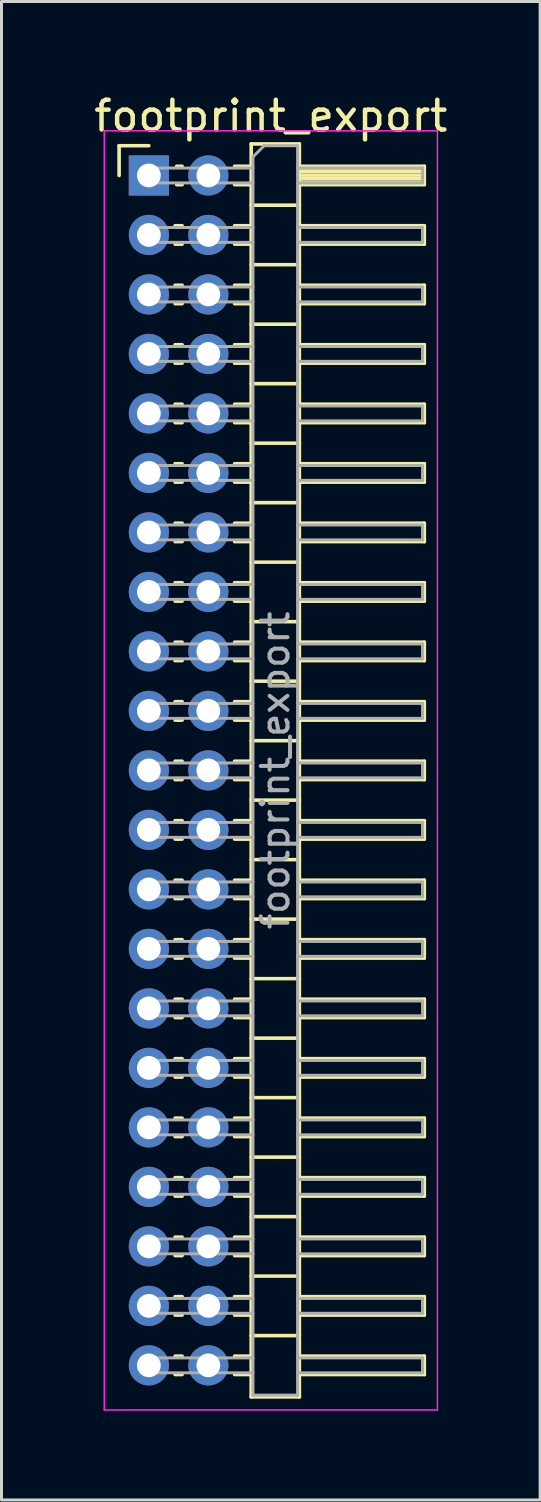
<source format=kicad_pcb>
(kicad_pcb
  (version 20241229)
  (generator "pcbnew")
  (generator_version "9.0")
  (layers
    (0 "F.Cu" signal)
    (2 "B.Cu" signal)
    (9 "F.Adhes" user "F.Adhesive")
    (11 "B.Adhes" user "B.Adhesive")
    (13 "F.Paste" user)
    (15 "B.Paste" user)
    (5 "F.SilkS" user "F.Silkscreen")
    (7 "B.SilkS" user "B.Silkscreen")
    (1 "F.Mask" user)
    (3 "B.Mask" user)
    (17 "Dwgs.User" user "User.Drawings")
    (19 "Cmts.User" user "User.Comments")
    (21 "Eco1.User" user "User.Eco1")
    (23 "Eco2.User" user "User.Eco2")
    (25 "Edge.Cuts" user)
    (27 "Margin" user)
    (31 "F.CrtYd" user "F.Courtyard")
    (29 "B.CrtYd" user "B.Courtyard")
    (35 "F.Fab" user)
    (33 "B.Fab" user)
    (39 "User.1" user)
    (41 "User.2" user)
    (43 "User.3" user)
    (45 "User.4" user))
  (footprint "footprint_export"
    (layer "F.Cu")
    (at 1.954 2.848)
    (property "Reference" "footprint_export" (at 4.1 -2 0) (layer "F.SilkS") (effects (font (size 1 1) (thickness 0.15))))
    (attr through_hole)
    (fp_line (start -1 -1) (end 0 -1) (stroke (width 0.12) (type solid)) (layer "F.SilkS"))
    (fp_line (start -1 0) (end -1 -1) (stroke (width 0.12) (type solid)) (layer "F.SilkS"))
    (fp_line (start 0.882 1.69) (end 1.118 1.69) (stroke (width 0.12) (type solid)) (layer "F.SilkS"))
    (fp_line (start 0.882 2.31) (end 1.118 2.31) (stroke (width 0.12) (type solid)) (layer "F.SilkS"))
    (fp_line (start 0.882 3.69) (end 1.118 3.69) (stroke (width 0.12) (type solid)) (layer "F.SilkS"))
    (fp_line (start 0.882 4.31) (end 1.118 4.31) (stroke (width 0.12) (type solid)) (layer "F.SilkS"))
    (fp_line (start 0.882 5.69) (end 1.118 5.69) (stroke (width 0.12) (type solid)) (layer "F.SilkS"))
    (fp_line (start 0.882 6.31) (end 1.118 6.31) (stroke (width 0.12) (type solid)) (layer "F.SilkS"))
    (fp_line (start 0.882 7.69) (end 1.118 7.69) (stroke (width 0.12) (type solid)) (layer "F.SilkS"))
    (fp_line (start 0.882 8.31) (end 1.118 8.31) (stroke (width 0.12) (type solid)) (layer "F.SilkS"))
    (fp_line (start 0.882 9.69) (end 1.118 9.69) (stroke (width 0.12) (type solid)) (layer "F.SilkS"))
    (fp_line (start 0.882 10.31) (end 1.118 10.31) (stroke (width 0.12) (type solid)) (layer "F.SilkS"))
    (fp_line (start 0.882 11.69) (end 1.118 11.69) (stroke (width 0.12) (type solid)) (layer "F.SilkS"))
    (fp_line (start 0.882 12.31) (end 1.118 12.31) (stroke (width 0.12) (type solid)) (layer "F.SilkS"))
    (fp_line (start 0.882 13.69) (end 1.118 13.69) (stroke (width 0.12) (type solid)) (layer "F.SilkS"))
    (fp_line (start 0.882 14.31) (end 1.118 14.31) (stroke (width 0.12) (type solid)) (layer "F.SilkS"))
    (fp_line (start 0.882 15.69) (end 1.118 15.69) (stroke (width 0.12) (type solid)) (layer "F.SilkS"))
    (fp_line (start 0.882 16.31) (end 1.118 16.31) (stroke (width 0.12) (type solid)) (layer "F.SilkS"))
    (fp_line (start 0.882 17.69) (end 1.118 17.69) (stroke (width 0.12) (type solid)) (layer "F.SilkS"))
    (fp_line (start 0.882 18.31) (end 1.118 18.31) (stroke (width 0.12) (type solid)) (layer "F.SilkS"))
    (fp_line (start 0.882 19.69) (end 1.118 19.69) (stroke (width 0.12) (type solid)) (layer "F.SilkS"))
    (fp_line (start 0.882 20.31) (end 1.118 20.31) (stroke (width 0.12) (type solid)) (layer "F.SilkS"))
    (fp_line (start 0.882 21.69) (end 1.118 21.69) (stroke (width 0.12) (type solid)) (layer "F.SilkS"))
    (fp_line (start 0.882 22.31) (end 1.118 22.31) (stroke (width 0.12) (type solid)) (layer "F.SilkS"))
    (fp_line (start 0.882 23.69) (end 1.118 23.69) (stroke (width 0.12) (type solid)) (layer "F.SilkS"))
    (fp_line (start 0.882 24.31) (end 1.118 24.31) (stroke (width 0.12) (type solid)) (layer "F.SilkS"))
    (fp_line (start 0.882 25.69) (end 1.118 25.69) (stroke (width 0.12) (type solid)) (layer "F.SilkS"))
    (fp_line (start 0.882 26.31) (end 1.118 26.31) (stroke (width 0.12) (type solid)) (layer "F.SilkS"))
    (fp_line (start 0.882 27.69) (end 1.118 27.69) (stroke (width 0.12) (type solid)) (layer "F.SilkS"))
    (fp_line (start 0.882 28.31) (end 1.118 28.31) (stroke (width 0.12) (type solid)) (layer "F.SilkS"))
    (fp_line (start 0.882 29.69) (end 1.118 29.69) (stroke (width 0.12) (type solid)) (layer "F.SilkS"))
    (fp_line (start 0.882 30.31) (end 1.118 30.31) (stroke (width 0.12) (type solid)) (layer "F.SilkS"))
    (fp_line (start 0.882 31.69) (end 1.118 31.69) (stroke (width 0.12) (type solid)) (layer "F.SilkS"))
    (fp_line (start 0.882 32.31) (end 1.118 32.31) (stroke (width 0.12) (type solid)) (layer "F.SilkS"))
    (fp_line (start 0.882 33.69) (end 1.118 33.69) (stroke (width 0.12) (type solid)) (layer "F.SilkS"))
    (fp_line (start 0.882 34.31) (end 1.118 34.31) (stroke (width 0.12) (type solid)) (layer "F.SilkS"))
    (fp_line (start 0.882 35.69) (end 1.118 35.69) (stroke (width 0.12) (type solid)) (layer "F.SilkS"))
    (fp_line (start 0.882 36.31) (end 1.118 36.31) (stroke (width 0.12) (type solid)) (layer "F.SilkS"))
    (fp_line (start 0.882 37.69) (end 1.118 37.69) (stroke (width 0.12) (type solid)) (layer "F.SilkS"))
    (fp_line (start 0.882 38.31) (end 1.118 38.31) (stroke (width 0.12) (type solid)) (layer "F.SilkS"))
    (fp_line (start 0.882 39.69) (end 1.118 39.69) (stroke (width 0.12) (type solid)) (layer "F.SilkS"))
    (fp_line (start 0.882 40.31) (end 1.118 40.31) (stroke (width 0.12) (type solid)) (layer "F.SilkS"))
    (fp_line (start 0.935 -0.31) (end 1.118 -0.31) (stroke (width 0.12) (type solid)) (layer "F.SilkS"))
    (fp_line (start 0.935 0.31) (end 1.118 0.31) (stroke (width 0.12) (type solid)) (layer "F.SilkS"))
    (fp_line (start 2.882 -0.31) (end 3.44 -0.31) (stroke (width 0.12) (type solid)) (layer "F.SilkS"))
    (fp_line (start 2.882 0.31) (end 3.44 0.31) (stroke (width 0.12) (type solid)) (layer "F.SilkS"))
    (fp_line (start 2.882 1.69) (end 3.44 1.69) (stroke (width 0.12) (type solid)) (layer "F.SilkS"))
    (fp_line (start 2.882 2.31) (end 3.44 2.31) (stroke (width 0.12) (type solid)) (layer "F.SilkS"))
    (fp_line (start 2.882 3.69) (end 3.44 3.69) (stroke (width 0.12) (type solid)) (layer "F.SilkS"))
    (fp_line (start 2.882 4.31) (end 3.44 4.31) (stroke (width 0.12) (type solid)) (layer "F.SilkS"))
    (fp_line (start 2.882 5.69) (end 3.44 5.69) (stroke (width 0.12) (type solid)) (layer "F.SilkS"))
    (fp_line (start 2.882 6.31) (end 3.44 6.31) (stroke (width 0.12) (type solid)) (layer "F.SilkS"))
    (fp_line (start 2.882 7.69) (end 3.44 7.69) (stroke (width 0.12) (type solid)) (layer "F.SilkS"))
    (fp_line (start 2.882 8.31) (end 3.44 8.31) (stroke (width 0.12) (type solid)) (layer "F.SilkS"))
    (fp_line (start 2.882 9.69) (end 3.44 9.69) (stroke (width 0.12) (type solid)) (layer "F.SilkS"))
    (fp_line (start 2.882 10.31) (end 3.44 10.31) (stroke (width 0.12) (type solid)) (layer "F.SilkS"))
    (fp_line (start 2.882 11.69) (end 3.44 11.69) (stroke (width 0.12) (type solid)) (layer "F.SilkS"))
    (fp_line (start 2.882 12.31) (end 3.44 12.31) (stroke (width 0.12) (type solid)) (layer "F.SilkS"))
    (fp_line (start 2.882 13.69) (end 3.44 13.69) (stroke (width 0.12) (type solid)) (layer "F.SilkS"))
    (fp_line (start 2.882 14.31) (end 3.44 14.31) (stroke (width 0.12) (type solid)) (layer "F.SilkS"))
    (fp_line (start 2.882 15.69) (end 3.44 15.69) (stroke (width 0.12) (type solid)) (layer "F.SilkS"))
    (fp_line (start 2.882 16.31) (end 3.44 16.31) (stroke (width 0.12) (type solid)) (layer "F.SilkS"))
    (fp_line (start 2.882 17.69) (end 3.44 17.69) (stroke (width 0.12) (type solid)) (layer "F.SilkS"))
    (fp_line (start 2.882 18.31) (end 3.44 18.31) (stroke (width 0.12) (type solid)) (layer "F.SilkS"))
    (fp_line (start 2.882 19.69) (end 3.44 19.69) (stroke (width 0.12) (type solid)) (layer "F.SilkS"))
    (fp_line (start 2.882 20.31) (end 3.44 20.31) (stroke (width 0.12) (type solid)) (layer "F.SilkS"))
    (fp_line (start 2.882 21.69) (end 3.44 21.69) (stroke (width 0.12) (type solid)) (layer "F.SilkS"))
    (fp_line (start 2.882 22.31) (end 3.44 22.31) (stroke (width 0.12) (type solid)) (layer "F.SilkS"))
    (fp_line (start 2.882 23.69) (end 3.44 23.69) (stroke (width 0.12) (type solid)) (layer "F.SilkS"))
    (fp_line (start 2.882 24.31) (end 3.44 24.31) (stroke (width 0.12) (type solid)) (layer "F.SilkS"))
    (fp_line (start 2.882 25.69) (end 3.44 25.69) (stroke (width 0.12) (type solid)) (layer "F.SilkS"))
    (fp_line (start 2.882 26.31) (end 3.44 26.31) (stroke (width 0.12) (type solid)) (layer "F.SilkS"))
    (fp_line (start 2.882 27.69) (end 3.44 27.69) (stroke (width 0.12) (type solid)) (layer "F.SilkS"))
    (fp_line (start 2.882 28.31) (end 3.44 28.31) (stroke (width 0.12) (type solid)) (layer "F.SilkS"))
    (fp_line (start 2.882 29.69) (end 3.44 29.69) (stroke (width 0.12) (type solid)) (layer "F.SilkS"))
    (fp_line (start 2.882 30.31) (end 3.44 30.31) (stroke (width 0.12) (type solid)) (layer "F.SilkS"))
    (fp_line (start 2.882 31.69) (end 3.44 31.69) (stroke (width 0.12) (type solid)) (layer "F.SilkS"))
    (fp_line (start 2.882 32.31) (end 3.44 32.31) (stroke (width 0.12) (type solid)) (layer "F.SilkS"))
    (fp_line (start 2.882 33.69) (end 3.44 33.69) (stroke (width 0.12) (type solid)) (layer "F.SilkS"))
    (fp_line (start 2.882 34.31) (end 3.44 34.31) (stroke (width 0.12) (type solid)) (layer "F.SilkS"))
    (fp_line (start 2.882 35.69) (end 3.44 35.69) (stroke (width 0.12) (type solid)) (layer "F.SilkS"))
    (fp_line (start 2.882 36.31) (end 3.44 36.31) (stroke (width 0.12) (type solid)) (layer "F.SilkS"))
    (fp_line (start 2.882 37.69) (end 3.44 37.69) (stroke (width 0.12) (type solid)) (layer "F.SilkS"))
    (fp_line (start 2.882 38.31) (end 3.44 38.31) (stroke (width 0.12) (type solid)) (layer "F.SilkS"))
    (fp_line (start 2.882 39.69) (end 3.44 39.69) (stroke (width 0.12) (type solid)) (layer "F.SilkS"))
    (fp_line (start 2.882 40.31) (end 3.44 40.31) (stroke (width 0.12) (type solid)) (layer "F.SilkS"))
    (fp_line (start 3.44 -1.06) (end 3.44 41.06) (stroke (width 0.12) (type solid)) (layer "F.SilkS"))
    (fp_line (start 3.44 1) (end 5.06 1) (stroke (width 0.12) (type solid)) (layer "F.SilkS"))
    (fp_line (start 3.44 3) (end 5.06 3) (stroke (width 0.12) (type solid)) (layer "F.SilkS"))
    (fp_line (start 3.44 5) (end 5.06 5) (stroke (width 0.12) (type solid)) (layer "F.SilkS"))
    (fp_line (start 3.44 7) (end 5.06 7) (stroke (width 0.12) (type solid)) (layer "F.SilkS"))
    (fp_line (start 3.44 9) (end 5.06 9) (stroke (width 0.12) (type solid)) (layer "F.SilkS"))
    (fp_line (start 3.44 11) (end 5.06 11) (stroke (width 0.12) (type solid)) (layer "F.SilkS"))
    (fp_line (start 3.44 13) (end 5.06 13) (stroke (width 0.12) (type solid)) (layer "F.SilkS"))
    (fp_line (start 3.44 15) (end 5.06 15) (stroke (width 0.12) (type solid)) (layer "F.SilkS"))
    (fp_line (start 3.44 17) (end 5.06 17) (stroke (width 0.12) (type solid)) (layer "F.SilkS"))
    (fp_line (start 3.44 19) (end 5.06 19) (stroke (width 0.12) (type solid)) (layer "F.SilkS"))
    (fp_line (start 3.44 21) (end 5.06 21) (stroke (width 0.12) (type solid)) (layer "F.SilkS"))
    (fp_line (start 3.44 23) (end 5.06 23) (stroke (width 0.12) (type solid)) (layer "F.SilkS"))
    (fp_line (start 3.44 25) (end 5.06 25) (stroke (width 0.12) (type solid)) (layer "F.SilkS"))
    (fp_line (start 3.44 27) (end 5.06 27) (stroke (width 0.12) (type solid)) (layer "F.SilkS"))
    (fp_line (start 3.44 29) (end 5.06 29) (stroke (width 0.12) (type solid)) (layer "F.SilkS"))
    (fp_line (start 3.44 31) (end 5.06 31) (stroke (width 0.12) (type solid)) (layer "F.SilkS"))
    (fp_line (start 3.44 33) (end 5.06 33) (stroke (width 0.12) (type solid)) (layer "F.SilkS"))
    (fp_line (start 3.44 35) (end 5.06 35) (stroke (width 0.12) (type solid)) (layer "F.SilkS"))
    (fp_line (start 3.44 37) (end 5.06 37) (stroke (width 0.12) (type solid)) (layer "F.SilkS"))
    (fp_line (start 3.44 39) (end 5.06 39) (stroke (width 0.12) (type solid)) (layer "F.SilkS"))
    (fp_line (start 3.44 41.06) (end 5.06 41.06) (stroke (width 0.12) (type solid)) (layer "F.SilkS"))
    (fp_line (start 5.06 -1.06) (end 3.44 -1.06) (stroke (width 0.12) (type solid)) (layer "F.SilkS"))
    (fp_line (start 5.06 -0.31) (end 9.26 -0.31) (stroke (width 0.12) (type solid)) (layer "F.SilkS"))
    (fp_line (start 5.06 -0.25) (end 9.26 -0.25) (stroke (width 0.12) (type solid)) (layer "F.SilkS"))
    (fp_line (start 5.06 -0.13) (end 9.26 -0.13) (stroke (width 0.12) (type solid)) (layer "F.SilkS"))
    (fp_line (start 5.06 -0.01) (end 9.26 -0.01) (stroke (width 0.12) (type solid)) (layer "F.SilkS"))
    (fp_line (start 5.06 0.11) (end 9.26 0.11) (stroke (width 0.12) (type solid)) (layer "F.SilkS"))
    (fp_line (start 5.06 0.23) (end 9.26 0.23) (stroke (width 0.12) (type solid)) (layer "F.SilkS"))
    (fp_line (start 5.06 1.69) (end 9.26 1.69) (stroke (width 0.12) (type solid)) (layer "F.SilkS"))
    (fp_line (start 5.06 3.69) (end 9.26 3.69) (stroke (width 0.12) (type solid)) (layer "F.SilkS"))
    (fp_line (start 5.06 5.69) (end 9.26 5.69) (stroke (width 0.12) (type solid)) (layer "F.SilkS"))
    (fp_line (start 5.06 7.69) (end 9.26 7.69) (stroke (width 0.12) (type solid)) (layer "F.SilkS"))
    (fp_line (start 5.06 9.69) (end 9.26 9.69) (stroke (width 0.12) (type solid)) (layer "F.SilkS"))
    (fp_line (start 5.06 11.69) (end 9.26 11.69) (stroke (width 0.12) (type solid)) (layer "F.SilkS"))
    (fp_line (start 5.06 13.69) (end 9.26 13.69) (stroke (width 0.12) (type solid)) (layer "F.SilkS"))
    (fp_line (start 5.06 15.69) (end 9.26 15.69) (stroke (width 0.12) (type solid)) (layer "F.SilkS"))
    (fp_line (start 5.06 17.69) (end 9.26 17.69) (stroke (width 0.12) (type solid)) (layer "F.SilkS"))
    (fp_line (start 5.06 19.69) (end 9.26 19.69) (stroke (width 0.12) (type solid)) (layer "F.SilkS"))
    (fp_line (start 5.06 21.69) (end 9.26 21.69) (stroke (width 0.12) (type solid)) (layer "F.SilkS"))
    (fp_line (start 5.06 23.69) (end 9.26 23.69) (stroke (width 0.12) (type solid)) (layer "F.SilkS"))
    (fp_line (start 5.06 25.69) (end 9.26 25.69) (stroke (width 0.12) (type solid)) (layer "F.SilkS"))
    (fp_line (start 5.06 27.69) (end 9.26 27.69) (stroke (width 0.12) (type solid)) (layer "F.SilkS"))
    (fp_line (start 5.06 29.69) (end 9.26 29.69) (stroke (width 0.12) (type solid)) (layer "F.SilkS"))
    (fp_line (start 5.06 31.69) (end 9.26 31.69) (stroke (width 0.12) (type solid)) (layer "F.SilkS"))
    (fp_line (start 5.06 33.69) (end 9.26 33.69) (stroke (width 0.12) (type solid)) (layer "F.SilkS"))
    (fp_line (start 5.06 35.69) (end 9.26 35.69) (stroke (width 0.12) (type solid)) (layer "F.SilkS"))
    (fp_line (start 5.06 37.69) (end 9.26 37.69) (stroke (width 0.12) (type solid)) (layer "F.SilkS"))
    (fp_line (start 5.06 39.69) (end 9.26 39.69) (stroke (width 0.12) (type solid)) (layer "F.SilkS"))
    (fp_line (start 5.06 41.06) (end 5.06 -1.06) (stroke (width 0.12) (type solid)) (layer "F.SilkS"))
    (fp_line (start 9.26 -0.31) (end 9.26 0.31) (stroke (width 0.12) (type solid)) (layer "F.SilkS"))
    (fp_line (start 9.26 0.31) (end 5.06 0.31) (stroke (width 0.12) (type solid)) (layer "F.SilkS"))
    (fp_line (start 9.26 1.69) (end 9.26 2.31) (stroke (width 0.12) (type solid)) (layer "F.SilkS"))
    (fp_line (start 9.26 2.31) (end 5.06 2.31) (stroke (width 0.12) (type solid)) (layer "F.SilkS"))
    (fp_line (start 9.26 3.69) (end 9.26 4.31) (stroke (width 0.12) (type solid)) (layer "F.SilkS"))
    (fp_line (start 9.26 4.31) (end 5.06 4.31) (stroke (width 0.12) (type solid)) (layer "F.SilkS"))
    (fp_line (start 9.26 5.69) (end 9.26 6.31) (stroke (width 0.12) (type solid)) (layer "F.SilkS"))
    (fp_line (start 9.26 6.31) (end 5.06 6.31) (stroke (width 0.12) (type solid)) (layer "F.SilkS"))
    (fp_line (start 9.26 7.69) (end 9.26 8.31) (stroke (width 0.12) (type solid)) (layer "F.SilkS"))
    (fp_line (start 9.26 8.31) (end 5.06 8.31) (stroke (width 0.12) (type solid)) (layer "F.SilkS"))
    (fp_line (start 9.26 9.69) (end 9.26 10.31) (stroke (width 0.12) (type solid)) (layer "F.SilkS"))
    (fp_line (start 9.26 10.31) (end 5.06 10.31) (stroke (width 0.12) (type solid)) (layer "F.SilkS"))
    (fp_line (start 9.26 11.69) (end 9.26 12.31) (stroke (width 0.12) (type solid)) (layer "F.SilkS"))
    (fp_line (start 9.26 12.31) (end 5.06 12.31) (stroke (width 0.12) (type solid)) (layer "F.SilkS"))
    (fp_line (start 9.26 13.69) (end 9.26 14.31) (stroke (width 0.12) (type solid)) (layer "F.SilkS"))
    (fp_line (start 9.26 14.31) (end 5.06 14.31) (stroke (width 0.12) (type solid)) (layer "F.SilkS"))
    (fp_line (start 9.26 15.69) (end 9.26 16.31) (stroke (width 0.12) (type solid)) (layer "F.SilkS"))
    (fp_line (start 9.26 16.31) (end 5.06 16.31) (stroke (width 0.12) (type solid)) (layer "F.SilkS"))
    (fp_line (start 9.26 17.69) (end 9.26 18.31) (stroke (width 0.12) (type solid)) (layer "F.SilkS"))
    (fp_line (start 9.26 18.31) (end 5.06 18.31) (stroke (width 0.12) (type solid)) (layer "F.SilkS"))
    (fp_line (start 9.26 19.69) (end 9.26 20.31) (stroke (width 0.12) (type solid)) (layer "F.SilkS"))
    (fp_line (start 9.26 20.31) (end 5.06 20.31) (stroke (width 0.12) (type solid)) (layer "F.SilkS"))
    (fp_line (start 9.26 21.69) (end 9.26 22.31) (stroke (width 0.12) (type solid)) (layer "F.SilkS"))
    (fp_line (start 9.26 22.31) (end 5.06 22.31) (stroke (width 0.12) (type solid)) (layer "F.SilkS"))
    (fp_line (start 9.26 23.69) (end 9.26 24.31) (stroke (width 0.12) (type solid)) (layer "F.SilkS"))
    (fp_line (start 9.26 24.31) (end 5.06 24.31) (stroke (width 0.12) (type solid)) (layer "F.SilkS"))
    (fp_line (start 9.26 25.69) (end 9.26 26.31) (stroke (width 0.12) (type solid)) (layer "F.SilkS"))
    (fp_line (start 9.26 26.31) (end 5.06 26.31) (stroke (width 0.12) (type solid)) (layer "F.SilkS"))
    (fp_line (start 9.26 27.69) (end 9.26 28.31) (stroke (width 0.12) (type solid)) (layer "F.SilkS"))
    (fp_line (start 9.26 28.31) (end 5.06 28.31) (stroke (width 0.12) (type solid)) (layer "F.SilkS"))
    (fp_line (start 9.26 29.69) (end 9.26 30.31) (stroke (width 0.12) (type solid)) (layer "F.SilkS"))
    (fp_line (start 9.26 30.31) (end 5.06 30.31) (stroke (width 0.12) (type solid)) (layer "F.SilkS"))
    (fp_line (start 9.26 31.69) (end 9.26 32.31) (stroke (width 0.12) (type solid)) (layer "F.SilkS"))
    (fp_line (start 9.26 32.31) (end 5.06 32.31) (stroke (width 0.12) (type solid)) (layer "F.SilkS"))
    (fp_line (start 9.26 33.69) (end 9.26 34.31) (stroke (width 0.12) (type solid)) (layer "F.SilkS"))
    (fp_line (start 9.26 34.31) (end 5.06 34.31) (stroke (width 0.12) (type solid)) (layer "F.SilkS"))
    (fp_line (start 9.26 35.69) (end 9.26 36.31) (stroke (width 0.12) (type solid)) (layer "F.SilkS"))
    (fp_line (start 9.26 36.31) (end 5.06 36.31) (stroke (width 0.12) (type solid)) (layer "F.SilkS"))
    (fp_line (start 9.26 37.69) (end 9.26 38.31) (stroke (width 0.12) (type solid)) (layer "F.SilkS"))
    (fp_line (start 9.26 38.31) (end 5.06 38.31) (stroke (width 0.12) (type solid)) (layer "F.SilkS"))
    (fp_line (start 9.26 39.69) (end 9.26 40.31) (stroke (width 0.12) (type solid)) (layer "F.SilkS"))
    (fp_line (start 9.26 40.31) (end 5.06 40.31) (stroke (width 0.12) (type solid)) (layer "F.SilkS"))
    (fp_line (start -1.5 -1.5) (end -1.5 41.5) (stroke (width 0.05) (type solid)) (layer "F.CrtYd"))
    (fp_line (start -1.5 41.5) (end 9.7 41.5) (stroke (width 0.05) (type solid)) (layer "F.CrtYd"))
    (fp_line (start 9.7 -1.5) (end -1.5 -1.5) (stroke (width 0.05) (type solid)) (layer "F.CrtYd"))
    (fp_line (start 9.7 41.5) (end 9.7 -1.5) (stroke (width 0.05) (type solid)) (layer "F.CrtYd"))
    (fp_line (start -0.25 -0.25) (end -0.25 0.25) (stroke (width 0.1) (type solid)) (layer "F.Fab"))
    (fp_line (start -0.25 -0.25) (end 3.5 -0.25) (stroke (width 0.1) (type solid)) (layer "F.Fab"))
    (fp_line (start -0.25 0.25) (end 3.5 0.25) (stroke (width 0.1) (type solid)) (layer "F.Fab"))
    (fp_line (start -0.25 1.75) (end -0.25 2.25) (stroke (width 0.1) (type solid)) (layer "F.Fab"))
    (fp_line (start -0.25 1.75) (end 3.5 1.75) (stroke (width 0.1) (type solid)) (layer "F.Fab"))
    (fp_line (start -0.25 2.25) (end 3.5 2.25) (stroke (width 0.1) (type solid)) (layer "F.Fab"))
    (fp_line (start -0.25 3.75) (end -0.25 4.25) (stroke (width 0.1) (type solid)) (layer "F.Fab"))
    (fp_line (start -0.25 3.75) (end 3.5 3.75) (stroke (width 0.1) (type solid)) (layer "F.Fab"))
    (fp_line (start -0.25 4.25) (end 3.5 4.25) (stroke (width 0.1) (type solid)) (layer "F.Fab"))
    (fp_line (start -0.25 5.75) (end -0.25 6.25) (stroke (width 0.1) (type solid)) (layer "F.Fab"))
    (fp_line (start -0.25 5.75) (end 3.5 5.75) (stroke (width 0.1) (type solid)) (layer "F.Fab"))
    (fp_line (start -0.25 6.25) (end 3.5 6.25) (stroke (width 0.1) (type solid)) (layer "F.Fab"))
    (fp_line (start -0.25 7.75) (end -0.25 8.25) (stroke (width 0.1) (type solid)) (layer "F.Fab"))
    (fp_line (start -0.25 7.75) (end 3.5 7.75) (stroke (width 0.1) (type solid)) (layer "F.Fab"))
    (fp_line (start -0.25 8.25) (end 3.5 8.25) (stroke (width 0.1) (type solid)) (layer "F.Fab"))
    (fp_line (start -0.25 9.75) (end -0.25 10.25) (stroke (width 0.1) (type solid)) (layer "F.Fab"))
    (fp_line (start -0.25 9.75) (end 3.5 9.75) (stroke (width 0.1) (type solid)) (layer "F.Fab"))
    (fp_line (start -0.25 10.25) (end 3.5 10.25) (stroke (width 0.1) (type solid)) (layer "F.Fab"))
    (fp_line (start -0.25 11.75) (end -0.25 12.25) (stroke (width 0.1) (type solid)) (layer "F.Fab"))
    (fp_line (start -0.25 11.75) (end 3.5 11.75) (stroke (width 0.1) (type solid)) (layer "F.Fab"))
    (fp_line (start -0.25 12.25) (end 3.5 12.25) (stroke (width 0.1) (type solid)) (layer "F.Fab"))
    (fp_line (start -0.25 13.75) (end -0.25 14.25) (stroke (width 0.1) (type solid)) (layer "F.Fab"))
    (fp_line (start -0.25 13.75) (end 3.5 13.75) (stroke (width 0.1) (type solid)) (layer "F.Fab"))
    (fp_line (start -0.25 14.25) (end 3.5 14.25) (stroke (width 0.1) (type solid)) (layer "F.Fab"))
    (fp_line (start -0.25 15.75) (end -0.25 16.25) (stroke (width 0.1) (type solid)) (layer "F.Fab"))
    (fp_line (start -0.25 15.75) (end 3.5 15.75) (stroke (width 0.1) (type solid)) (layer "F.Fab"))
    (fp_line (start -0.25 16.25) (end 3.5 16.25) (stroke (width 0.1) (type solid)) (layer "F.Fab"))
    (fp_line (start -0.25 17.75) (end -0.25 18.25) (stroke (width 0.1) (type solid)) (layer "F.Fab"))
    (fp_line (start -0.25 17.75) (end 3.5 17.75) (stroke (width 0.1) (type solid)) (layer "F.Fab"))
    (fp_line (start -0.25 18.25) (end 3.5 18.25) (stroke (width 0.1) (type solid)) (layer "F.Fab"))
    (fp_line (start -0.25 19.75) (end -0.25 20.25) (stroke (width 0.1) (type solid)) (layer "F.Fab"))
    (fp_line (start -0.25 19.75) (end 3.5 19.75) (stroke (width 0.1) (type solid)) (layer "F.Fab"))
    (fp_line (start -0.25 20.25) (end 3.5 20.25) (stroke (width 0.1) (type solid)) (layer "F.Fab"))
    (fp_line (start -0.25 21.75) (end -0.25 22.25) (stroke (width 0.1) (type solid)) (layer "F.Fab"))
    (fp_line (start -0.25 21.75) (end 3.5 21.75) (stroke (width 0.1) (type solid)) (layer "F.Fab"))
    (fp_line (start -0.25 22.25) (end 3.5 22.25) (stroke (width 0.1) (type solid)) (layer "F.Fab"))
    (fp_line (start -0.25 23.75) (end -0.25 24.25) (stroke (width 0.1) (type solid)) (layer "F.Fab"))
    (fp_line (start -0.25 23.75) (end 3.5 23.75) (stroke (width 0.1) (type solid)) (layer "F.Fab"))
    (fp_line (start -0.25 24.25) (end 3.5 24.25) (stroke (width 0.1) (type solid)) (layer "F.Fab"))
    (fp_line (start -0.25 25.75) (end -0.25 26.25) (stroke (width 0.1) (type solid)) (layer "F.Fab"))
    (fp_line (start -0.25 25.75) (end 3.5 25.75) (stroke (width 0.1) (type solid)) (layer "F.Fab"))
    (fp_line (start -0.25 26.25) (end 3.5 26.25) (stroke (width 0.1) (type solid)) (layer "F.Fab"))
    (fp_line (start -0.25 27.75) (end -0.25 28.25) (stroke (width 0.1) (type solid)) (layer "F.Fab"))
    (fp_line (start -0.25 27.75) (end 3.5 27.75) (stroke (width 0.1) (type solid)) (layer "F.Fab"))
    (fp_line (start -0.25 28.25) (end 3.5 28.25) (stroke (width 0.1) (type solid)) (layer "F.Fab"))
    (fp_line (start -0.25 29.75) (end -0.25 30.25) (stroke (width 0.1) (type solid)) (layer "F.Fab"))
    (fp_line (start -0.25 29.75) (end 3.5 29.75) (stroke (width 0.1) (type solid)) (layer "F.Fab"))
    (fp_line (start -0.25 30.25) (end 3.5 30.25) (stroke (width 0.1) (type solid)) (layer "F.Fab"))
    (fp_line (start -0.25 31.75) (end -0.25 32.25) (stroke (width 0.1) (type solid)) (layer "F.Fab"))
    (fp_line (start -0.25 31.75) (end 3.5 31.75) (stroke (width 0.1) (type solid)) (layer "F.Fab"))
    (fp_line (start -0.25 32.25) (end 3.5 32.25) (stroke (width 0.1) (type solid)) (layer "F.Fab"))
    (fp_line (start -0.25 33.75) (end -0.25 34.25) (stroke (width 0.1) (type solid)) (layer "F.Fab"))
    (fp_line (start -0.25 33.75) (end 3.5 33.75) (stroke (width 0.1) (type solid)) (layer "F.Fab"))
    (fp_line (start -0.25 34.25) (end 3.5 34.25) (stroke (width 0.1) (type solid)) (layer "F.Fab"))
    (fp_line (start -0.25 35.75) (end -0.25 36.25) (stroke (width 0.1) (type solid)) (layer "F.Fab"))
    (fp_line (start -0.25 35.75) (end 3.5 35.75) (stroke (width 0.1) (type solid)) (layer "F.Fab"))
    (fp_line (start -0.25 36.25) (end 3.5 36.25) (stroke (width 0.1) (type solid)) (layer "F.Fab"))
    (fp_line (start -0.25 37.75) (end -0.25 38.25) (stroke (width 0.1) (type solid)) (layer "F.Fab"))
    (fp_line (start -0.25 37.75) (end 3.5 37.75) (stroke (width 0.1) (type solid)) (layer "F.Fab"))
    (fp_line (start -0.25 38.25) (end 3.5 38.25) (stroke (width 0.1) (type solid)) (layer "F.Fab"))
    (fp_line (start -0.25 39.75) (end -0.25 40.25) (stroke (width 0.1) (type solid)) (layer "F.Fab"))
    (fp_line (start -0.25 39.75) (end 3.5 39.75) (stroke (width 0.1) (type solid)) (layer "F.Fab"))
    (fp_line (start -0.25 40.25) (end 3.5 40.25) (stroke (width 0.1) (type solid)) (layer "F.Fab"))
    (fp_line (start 3.5 -0.625) (end 3.875 -1) (stroke (width 0.1) (type solid)) (layer "F.Fab"))
    (fp_line (start 3.5 41) (end 3.5 -0.625) (stroke (width 0.1) (type solid)) (layer "F.Fab"))
    (fp_line (start 3.875 -1) (end 5 -1) (stroke (width 0.1) (type solid)) (layer "F.Fab"))
    (fp_line (start 5 -1) (end 5 41) (stroke (width 0.1) (type solid)) (layer "F.Fab"))
    (fp_line (start 5 -0.25) (end 9.2 -0.25) (stroke (width 0.1) (type solid)) (layer "F.Fab"))
    (fp_line (start 5 0.25) (end 9.2 0.25) (stroke (width 0.1) (type solid)) (layer "F.Fab"))
    (fp_line (start 5 1.75) (end 9.2 1.75) (stroke (width 0.1) (type solid)) (layer "F.Fab"))
    (fp_line (start 5 2.25) (end 9.2 2.25) (stroke (width 0.1) (type solid)) (layer "F.Fab"))
    (fp_line (start 5 3.75) (end 9.2 3.75) (stroke (width 0.1) (type solid)) (layer "F.Fab"))
    (fp_line (start 5 4.25) (end 9.2 4.25) (stroke (width 0.1) (type solid)) (layer "F.Fab"))
    (fp_line (start 5 5.75) (end 9.2 5.75) (stroke (width 0.1) (type solid)) (layer "F.Fab"))
    (fp_line (start 5 6.25) (end 9.2 6.25) (stroke (width 0.1) (type solid)) (layer "F.Fab"))
    (fp_line (start 5 7.75) (end 9.2 7.75) (stroke (width 0.1) (type solid)) (layer "F.Fab"))
    (fp_line (start 5 8.25) (end 9.2 8.25) (stroke (width 0.1) (type solid)) (layer "F.Fab"))
    (fp_line (start 5 9.75) (end 9.2 9.75) (stroke (width 0.1) (type solid)) (layer "F.Fab"))
    (fp_line (start 5 10.25) (end 9.2 10.25) (stroke (width 0.1) (type solid)) (layer "F.Fab"))
    (fp_line (start 5 11.75) (end 9.2 11.75) (stroke (width 0.1) (type solid)) (layer "F.Fab"))
    (fp_line (start 5 12.25) (end 9.2 12.25) (stroke (width 0.1) (type solid)) (layer "F.Fab"))
    (fp_line (start 5 13.75) (end 9.2 13.75) (stroke (width 0.1) (type solid)) (layer "F.Fab"))
    (fp_line (start 5 14.25) (end 9.2 14.25) (stroke (width 0.1) (type solid)) (layer "F.Fab"))
    (fp_line (start 5 15.75) (end 9.2 15.75) (stroke (width 0.1) (type solid)) (layer "F.Fab"))
    (fp_line (start 5 16.25) (end 9.2 16.25) (stroke (width 0.1) (type solid)) (layer "F.Fab"))
    (fp_line (start 5 17.75) (end 9.2 17.75) (stroke (width 0.1) (type solid)) (layer "F.Fab"))
    (fp_line (start 5 18.25) (end 9.2 18.25) (stroke (width 0.1) (type solid)) (layer "F.Fab"))
    (fp_line (start 5 19.75) (end 9.2 19.75) (stroke (width 0.1) (type solid)) (layer "F.Fab"))
    (fp_line (start 5 20.25) (end 9.2 20.25) (stroke (width 0.1) (type solid)) (layer "F.Fab"))
    (fp_line (start 5 21.75) (end 9.2 21.75) (stroke (width 0.1) (type solid)) (layer "F.Fab"))
    (fp_line (start 5 22.25) (end 9.2 22.25) (stroke (width 0.1) (type solid)) (layer "F.Fab"))
    (fp_line (start 5 23.75) (end 9.2 23.75) (stroke (width 0.1) (type solid)) (layer "F.Fab"))
    (fp_line (start 5 24.25) (end 9.2 24.25) (stroke (width 0.1) (type solid)) (layer "F.Fab"))
    (fp_line (start 5 25.75) (end 9.2 25.75) (stroke (width 0.1) (type solid)) (layer "F.Fab"))
    (fp_line (start 5 26.25) (end 9.2 26.25) (stroke (width 0.1) (type solid)) (layer "F.Fab"))
    (fp_line (start 5 27.75) (end 9.2 27.75) (stroke (width 0.1) (type solid)) (layer "F.Fab"))
    (fp_line (start 5 28.25) (end 9.2 28.25) (stroke (width 0.1) (type solid)) (layer "F.Fab"))
    (fp_line (start 5 29.75) (end 9.2 29.75) (stroke (width 0.1) (type solid)) (layer "F.Fab"))
    (fp_line (start 5 30.25) (end 9.2 30.25) (stroke (width 0.1) (type solid)) (layer "F.Fab"))
    (fp_line (start 5 31.75) (end 9.2 31.75) (stroke (width 0.1) (type solid)) (layer "F.Fab"))
    (fp_line (start 5 32.25) (end 9.2 32.25) (stroke (width 0.1) (type solid)) (layer "F.Fab"))
    (fp_line (start 5 33.75) (end 9.2 33.75) (stroke (width 0.1) (type solid)) (layer "F.Fab"))
    (fp_line (start 5 34.25) (end 9.2 34.25) (stroke (width 0.1) (type solid)) (layer "F.Fab"))
    (fp_line (start 5 35.75) (end 9.2 35.75) (stroke (width 0.1) (type solid)) (layer "F.Fab"))
    (fp_line (start 5 36.25) (end 9.2 36.25) (stroke (width 0.1) (type solid)) (layer "F.Fab"))
    (fp_line (start 5 37.75) (end 9.2 37.75) (stroke (width 0.1) (type solid)) (layer "F.Fab"))
    (fp_line (start 5 38.25) (end 9.2 38.25) (stroke (width 0.1) (type solid)) (layer "F.Fab"))
    (fp_line (start 5 39.75) (end 9.2 39.75) (stroke (width 0.1) (type solid)) (layer "F.Fab"))
    (fp_line (start 5 40.25) (end 9.2 40.25) (stroke (width 0.1) (type solid)) (layer "F.Fab"))
    (fp_line (start 5 41) (end 3.5 41) (stroke (width 0.1) (type solid)) (layer "F.Fab"))
    (fp_line (start 9.2 -0.25) (end 9.2 0.25) (stroke (width 0.1) (type solid)) (layer "F.Fab"))
    (fp_line (start 9.2 1.75) (end 9.2 2.25) (stroke (width 0.1) (type solid)) (layer "F.Fab"))
    (fp_line (start 9.2 3.75) (end 9.2 4.25) (stroke (width 0.1) (type solid)) (layer "F.Fab"))
    (fp_line (start 9.2 5.75) (end 9.2 6.25) (stroke (width 0.1) (type solid)) (layer "F.Fab"))
    (fp_line (start 9.2 7.75) (end 9.2 8.25) (stroke (width 0.1) (type solid)) (layer "F.Fab"))
    (fp_line (start 9.2 9.75) (end 9.2 10.25) (stroke (width 0.1) (type solid)) (layer "F.Fab"))
    (fp_line (start 9.2 11.75) (end 9.2 12.25) (stroke (width 0.1) (type solid)) (layer "F.Fab"))
    (fp_line (start 9.2 13.75) (end 9.2 14.25) (stroke (width 0.1) (type solid)) (layer "F.Fab"))
    (fp_line (start 9.2 15.75) (end 9.2 16.25) (stroke (width 0.1) (type solid)) (layer "F.Fab"))
    (fp_line (start 9.2 17.75) (end 9.2 18.25) (stroke (width 0.1) (type solid)) (layer "F.Fab"))
    (fp_line (start 9.2 19.75) (end 9.2 20.25) (stroke (width 0.1) (type solid)) (layer "F.Fab"))
    (fp_line (start 9.2 21.75) (end 9.2 22.25) (stroke (width 0.1) (type solid)) (layer "F.Fab"))
    (fp_line (start 9.2 23.75) (end 9.2 24.25) (stroke (width 0.1) (type solid)) (layer "F.Fab"))
    (fp_line (start 9.2 25.75) (end 9.2 26.25) (stroke (width 0.1) (type solid)) (layer "F.Fab"))
    (fp_line (start 9.2 27.75) (end 9.2 28.25) (stroke (width 0.1) (type solid)) (layer "F.Fab"))
    (fp_line (start 9.2 29.75) (end 9.2 30.25) (stroke (width 0.1) (type solid)) (layer "F.Fab"))
    (fp_line (start 9.2 31.75) (end 9.2 32.25) (stroke (width 0.1) (type solid)) (layer "F.Fab"))
    (fp_line (start 9.2 33.75) (end 9.2 34.25) (stroke (width 0.1) (type solid)) (layer "F.Fab"))
    (fp_line (start 9.2 35.75) (end 9.2 36.25) (stroke (width 0.1) (type solid)) (layer "F.Fab"))
    (fp_line (start 9.2 37.75) (end 9.2 38.25) (stroke (width 0.1) (type solid)) (layer "F.Fab"))
    (fp_line (start 9.2 39.75) (end 9.2 40.25) (stroke (width 0.1) (type solid)) (layer "F.Fab"))
    (fp_text user "${REFERENCE}" (at 4.25 20 90) (layer "F.Fab") (effects (font (size 0.9 0.9) (thickness 0.135))))
    (pad "1" thru_hole rect (at 0 0) (size 1.35 1.35) (drill 0.8) (layers "*.Cu" "*.Mask"))
    (pad "2" thru_hole oval (at 2 0) (size 1.35 1.35) (drill 0.8) (layers "*.Cu" "*.Mask"))
    (pad "3" thru_hole oval (at 0 2) (size 1.35 1.35) (drill 0.8) (layers "*.Cu" "*.Mask"))
    (pad "4" thru_hole oval (at 2 2) (size 1.35 1.35) (drill 0.8) (layers "*.Cu" "*.Mask"))
    (pad "5" thru_hole oval (at 0 4) (size 1.35 1.35) (drill 0.8) (layers "*.Cu" "*.Mask"))
    (pad "6" thru_hole oval (at 2 4) (size 1.35 1.35) (drill 0.8) (layers "*.Cu" "*.Mask"))
    (pad "7" thru_hole oval (at 0 6) (size 1.35 1.35) (drill 0.8) (layers "*.Cu" "*.Mask"))
    (pad "8" thru_hole oval (at 2 6) (size 1.35 1.35) (drill 0.8) (layers "*.Cu" "*.Mask"))
    (pad "9" thru_hole oval (at 0 8) (size 1.35 1.35) (drill 0.8) (layers "*.Cu" "*.Mask"))
    (pad "10" thru_hole oval (at 2 8) (size 1.35 1.35) (drill 0.8) (layers "*.Cu" "*.Mask"))
    (pad "11" thru_hole oval (at 0 10) (size 1.35 1.35) (drill 0.8) (layers "*.Cu" "*.Mask"))
    (pad "12" thru_hole oval (at 2 10) (size 1.35 1.35) (drill 0.8) (layers "*.Cu" "*.Mask"))
    (pad "13" thru_hole oval (at 0 12) (size 1.35 1.35) (drill 0.8) (layers "*.Cu" "*.Mask"))
    (pad "14" thru_hole oval (at 2 12) (size 1.35 1.35) (drill 0.8) (layers "*.Cu" "*.Mask"))
    (pad "15" thru_hole oval (at 0 14) (size 1.35 1.35) (drill 0.8) (layers "*.Cu" "*.Mask"))
    (pad "16" thru_hole oval (at 2 14) (size 1.35 1.35) (drill 0.8) (layers "*.Cu" "*.Mask"))
    (pad "17" thru_hole oval (at 0 16) (size 1.35 1.35) (drill 0.8) (layers "*.Cu" "*.Mask"))
    (pad "18" thru_hole oval (at 2 16) (size 1.35 1.35) (drill 0.8) (layers "*.Cu" "*.Mask"))
    (pad "19" thru_hole oval (at 0 18) (size 1.35 1.35) (drill 0.8) (layers "*.Cu" "*.Mask"))
    (pad "20" thru_hole oval (at 2 18) (size 1.35 1.35) (drill 0.8) (layers "*.Cu" "*.Mask"))
    (pad "21" thru_hole oval (at 0 20) (size 1.35 1.35) (drill 0.8) (layers "*.Cu" "*.Mask"))
    (pad "22" thru_hole oval (at 2 20) (size 1.35 1.35) (drill 0.8) (layers "*.Cu" "*.Mask"))
    (pad "23" thru_hole oval (at 0 22) (size 1.35 1.35) (drill 0.8) (layers "*.Cu" "*.Mask"))
    (pad "24" thru_hole oval (at 2 22) (size 1.35 1.35) (drill 0.8) (layers "*.Cu" "*.Mask"))
    (pad "25" thru_hole oval (at 0 24) (size 1.35 1.35) (drill 0.8) (layers "*.Cu" "*.Mask"))
    (pad "26" thru_hole oval (at 2 24) (size 1.35 1.35) (drill 0.8) (layers "*.Cu" "*.Mask"))
    (pad "27" thru_hole oval (at 0 26) (size 1.35 1.35) (drill 0.8) (layers "*.Cu" "*.Mask"))
    (pad "28" thru_hole oval (at 2 26) (size 1.35 1.35) (drill 0.8) (layers "*.Cu" "*.Mask"))
    (pad "29" thru_hole oval (at 0 28) (size 1.35 1.35) (drill 0.8) (layers "*.Cu" "*.Mask"))
    (pad "30" thru_hole oval (at 2 28) (size 1.35 1.35) (drill 0.8) (layers "*.Cu" "*.Mask"))
    (pad "31" thru_hole oval (at 0 30) (size 1.35 1.35) (drill 0.8) (layers "*.Cu" "*.Mask"))
    (pad "32" thru_hole oval (at 2 30) (size 1.35 1.35) (drill 0.8) (layers "*.Cu" "*.Mask"))
    (pad "33" thru_hole oval (at 0 32) (size 1.35 1.35) (drill 0.8) (layers "*.Cu" "*.Mask"))
    (pad "34" thru_hole oval (at 2 32) (size 1.35 1.35) (drill 0.8) (layers "*.Cu" "*.Mask"))
    (pad "35" thru_hole oval (at 0 34) (size 1.35 1.35) (drill 0.8) (layers "*.Cu" "*.Mask"))
    (pad "36" thru_hole oval (at 2 34) (size 1.35 1.35) (drill 0.8) (layers "*.Cu" "*.Mask"))
    (pad "37" thru_hole oval (at 0 36) (size 1.35 1.35) (drill 0.8) (layers "*.Cu" "*.Mask"))
    (pad "38" thru_hole oval (at 2 36) (size 1.35 1.35) (drill 0.8) (layers "*.Cu" "*.Mask"))
    (pad "39" thru_hole oval (at 0 38) (size 1.35 1.35) (drill 0.8) (layers "*.Cu" "*.Mask"))
    (pad "40" thru_hole oval (at 2 38) (size 1.35 1.35) (drill 0.8) (layers "*.Cu" "*.Mask"))
    (pad "41" thru_hole oval (at 0 40) (size 1.35 1.35) (drill 0.8) (layers "*.Cu" "*.Mask"))
    (pad "42" thru_hole oval (at 2 40) (size 1.35 1.35) (drill 0.8) (layers "*.Cu" "*.Mask")))
  (gr_rect
    (start -3 -3)
    (end 15.107 47.373)
    (stroke (width 0.1) (type default))
    (fill no)
    (layer "Edge.Cuts")))
</source>
